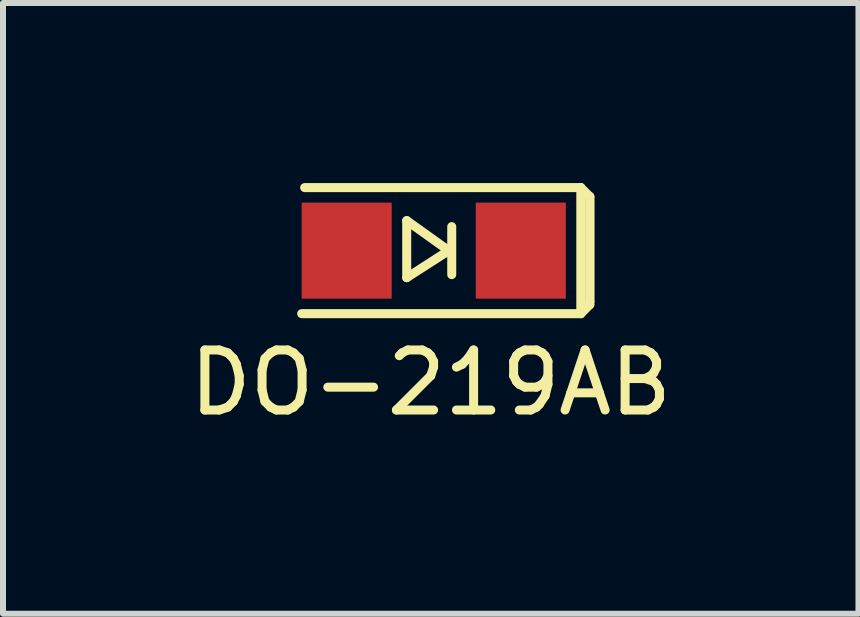
<source format=kicad_pcb>
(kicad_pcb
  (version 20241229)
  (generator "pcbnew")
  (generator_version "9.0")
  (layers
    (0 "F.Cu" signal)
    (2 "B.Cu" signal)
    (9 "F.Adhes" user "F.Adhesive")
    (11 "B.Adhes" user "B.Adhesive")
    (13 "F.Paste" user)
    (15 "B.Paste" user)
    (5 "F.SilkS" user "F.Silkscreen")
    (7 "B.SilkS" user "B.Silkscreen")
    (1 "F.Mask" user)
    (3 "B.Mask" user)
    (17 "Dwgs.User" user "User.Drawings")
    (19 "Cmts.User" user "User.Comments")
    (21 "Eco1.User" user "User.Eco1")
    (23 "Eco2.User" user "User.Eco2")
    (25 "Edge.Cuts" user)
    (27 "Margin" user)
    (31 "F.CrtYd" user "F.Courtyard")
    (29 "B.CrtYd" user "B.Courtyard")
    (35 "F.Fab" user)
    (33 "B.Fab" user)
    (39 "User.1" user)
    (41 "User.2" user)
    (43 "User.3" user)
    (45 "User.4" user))
  (footprint "DO-219AB"
    (layer "F.Cu")
    (at 4.175 1.125)
    (property "Reference" "DO-219AB" (at -0.05 2.2 0) (layer "F.SilkS") (effects (font (size 1 1) (thickness 0.15))))
    (attr through_hole)
    (fp_line (start -2.2 1.05) (end 2.45 1.05) (stroke (width 0.15) (type solid)) (layer "F.SilkS"))
    (fp_line (start -0.45 -0.5) (end -0.45 0.45) (stroke (width 0.15) (type solid)) (layer "F.SilkS"))
    (fp_line (start -0.45 0.45) (end 0.25 0) (stroke (width 0.15) (type solid)) (layer "F.SilkS"))
    (fp_line (start 0.25 0) (end -0.45 -0.5) (stroke (width 0.15) (type solid)) (layer "F.SilkS"))
    (fp_line (start 0.3 -0.4) (end 0.3 0.4) (stroke (width 0.15) (type solid)) (layer "F.SilkS"))
    (fp_line (start 2.45 -1.05) (end -2.15 -1.05) (stroke (width 0.15) (type solid)) (layer "F.SilkS"))
    (fp_line (start 2.45 -1.05) (end 2.6 -0.9) (stroke (width 0.15) (type solid)) (layer "F.SilkS"))
    (fp_line (start 2.45 1.05) (end 2.45 -1.05) (stroke (width 0.15) (type solid)) (layer "F.SilkS"))
    (fp_line (start 2.6 -0.9) (end 2.6 0.85) (stroke (width 0.15) (type solid)) (layer "F.SilkS"))
    (fp_line (start 2.6 -0.9) (end 2.6 0.85) (stroke (width 0.15) (type solid)) (layer "F.SilkS"))
    (fp_line (start 2.6 0.85) (end 2.6 0.9) (stroke (width 0.15) (type solid)) (layer "F.SilkS"))
    (fp_line (start 2.6 0.9) (end 2.45 1.05) (stroke (width 0.15) (type solid)) (layer "F.SilkS"))
    (pad "1" smd rect (at -1.45 0) (size 1.5 1.6) (layers "F.Cu" "F.Mask" "F.Paste"))
    (pad "2" smd rect (at 1.45 0) (size 1.5 1.6) (layers "F.Cu" "F.Mask" "F.Paste")))
  (gr_rect
    (start -3 -3)
    (end 11.25 7.173)
    (stroke (width 0.1) (type default))
    (fill no)
    (layer "Edge.Cuts")))
</source>
